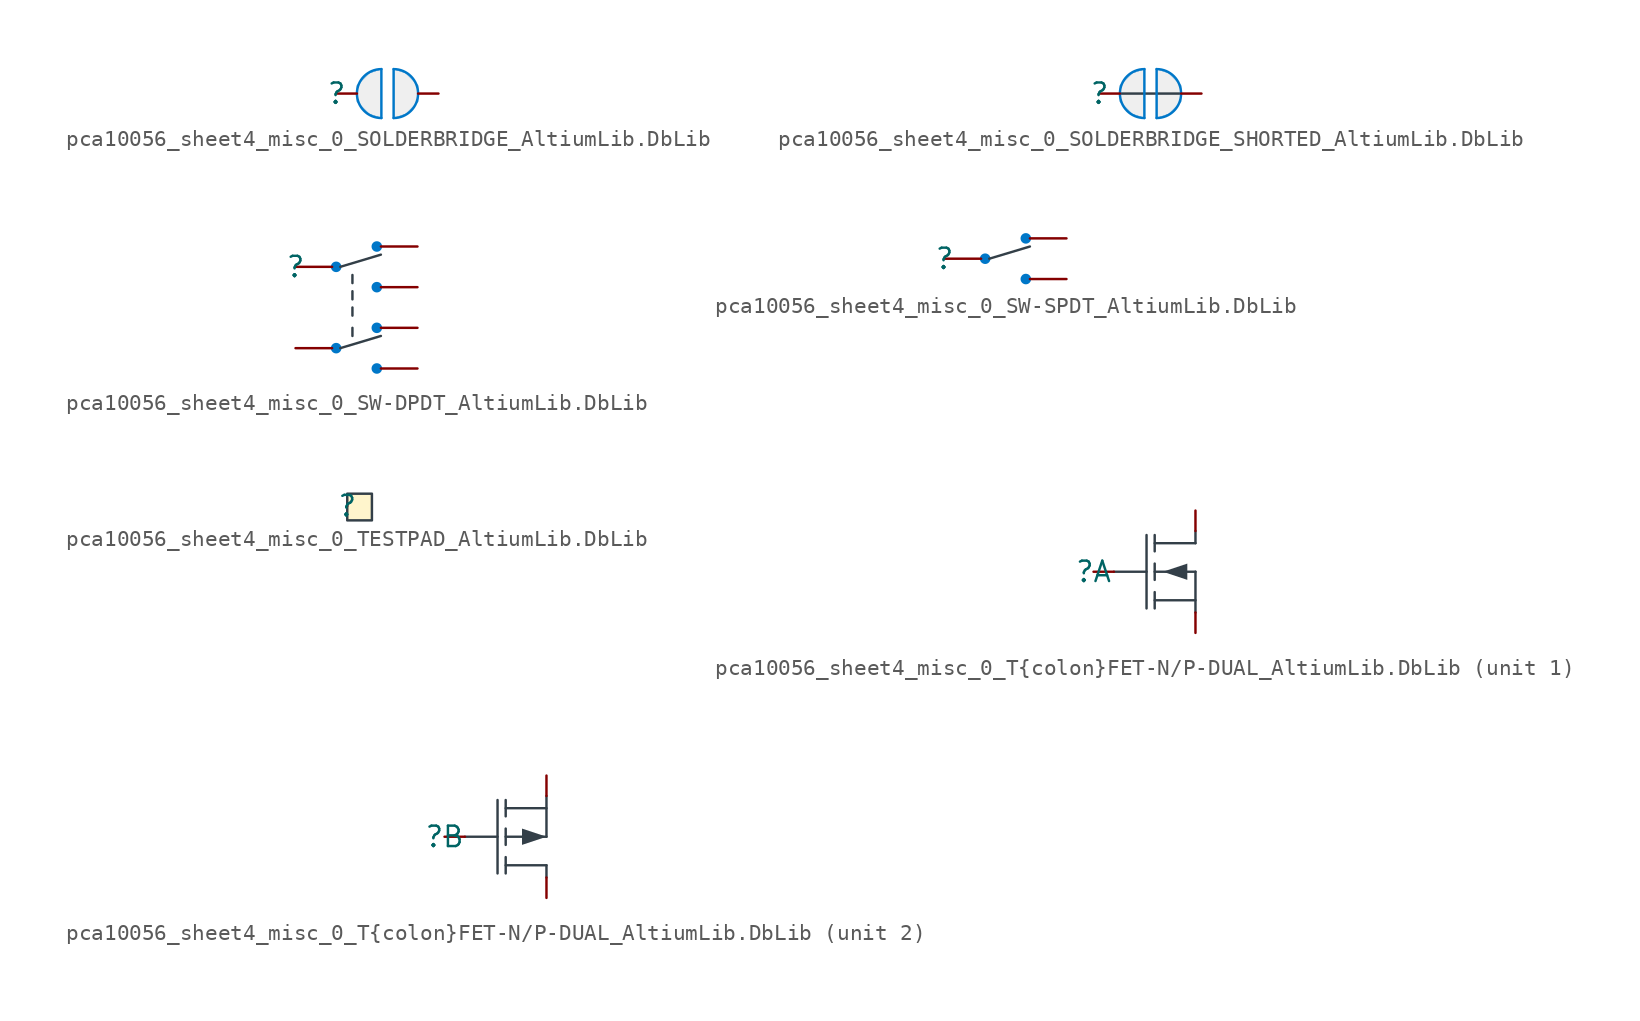
<source format=kicad_sym>
(kicad_symbol_lib
  (version 20241209)
  (generator "kicad_symbol_editor")
  (generator_version "9.0")
  (symbol "pca10056_sheet4_misc_0_SOLDERBRIDGE_AltiumLib.DbLib"
    (pin_numbers
      (hide yes))
    (pin_names
      (hide yes))
    (property "Reference" ""
      (at 0 0 0)
      (effects (font (size 1.27 1.27))))
    (property "Value" ""
      (at 0 0 0)
      (effects (font (size 1.27 1.27))))
    (symbol "pca10056_sheet4_misc_0_SOLDERBRIDGE_AltiumLib.DbLib_1_0"
      (arc (start 2.794 -1.524) (mid 1.27 0) (end 2.794 1.524) (stroke (width 0) (type solid) (color 0 119 200 1)) (fill (type none)))
      (polyline (pts (xy 2.794 -1.524) (xy 2.794 1.524)) (stroke (width 0) (type solid) (color 0 119 200 1)) (fill (type none)))
      (polyline (pts (xy 2.794 -1.524) (xy 2.032 -1.27) (xy 1.27 -0.508) (xy 1.27 0.508) (xy 2.032 1.27) (xy 2.794 1.524) (xy 2.794 -1.524)) (stroke (width 0.025) (type solid) (color 0 119 200 1)) (fill (type color) (color 239 239 239 1)))
      (polyline (pts (xy 3.556 1.524) (xy 3.556 -1.524)) (stroke (width 0) (type solid) (color 0 119 200 1)) (fill (type none)))
      (polyline (pts (xy 3.556 1.524) (xy 4.318 1.27) (xy 5.08 0.508) (xy 5.08 -0.508) (xy 4.318 -1.27) (xy 3.556 -1.524) (xy 3.556 1.524)) (stroke (width 0.025) (type solid) (color 0 119 200 1)) (fill (type color) (color 239 239 239 1)))
      (arc (start 3.556 1.524) (mid 5.08 0) (end 3.556 -1.524) (stroke (width 0) (type solid) (color 0 119 200 1)) (fill (type none)))
      (pin passive line (at 0 0 0) (length 1.27) (name "1" (effects (font (size 1.27 1.27)))) (number "2" (effects (font (size 1.27 1.27)))))
      (pin passive line (at 6.35 0 180) (length 1.27) (name "0" (effects (font (size 1.27 1.27)))) (number "1" (effects (font (size 1.27 1.27)))))))
  (symbol "pca10056_sheet4_misc_0_SOLDERBRIDGE_SHORTED_AltiumLib.DbLib"
    (pin_numbers
      (hide yes))
    (pin_names
      (hide yes))
    (property "Reference" ""
      (at 0 0 0)
      (effects (font (size 1.27 1.27))))
    (property "Value" ""
      (at 0 0 0)
      (effects (font (size 1.27 1.27))))
    (symbol "pca10056_sheet4_misc_0_SOLDERBRIDGE_SHORTED_AltiumLib.DbLib_1_0"
      (polyline (pts (xy 1.27 0) (xy 5.08 0)) (stroke (width 0) (type solid) (color 51 63 72 1)) (fill (type none)))
      (arc (start 2.794 -1.524) (mid 1.27 0) (end 2.794 1.524) (stroke (width 0) (type solid) (color 0 119 200 1)) (fill (type none)))
      (polyline (pts (xy 2.794 -1.524) (xy 2.794 1.524)) (stroke (width 0) (type solid) (color 0 119 200 1)) (fill (type none)))
      (polyline (pts (xy 2.794 -1.524) (xy 2.032 -1.27) (xy 1.27 -0.508) (xy 1.27 0.508) (xy 2.032 1.27) (xy 2.794 1.524) (xy 2.794 -1.524)) (stroke (width 0.025) (type solid) (color 0 119 200 1)) (fill (type color) (color 239 239 239 1)))
      (polyline (pts (xy 3.556 1.524) (xy 3.556 -1.524)) (stroke (width 0) (type solid) (color 0 119 200 1)) (fill (type none)))
      (polyline (pts (xy 3.556 1.524) (xy 4.318 1.27) (xy 5.08 0.508) (xy 5.08 -0.508) (xy 4.318 -1.27) (xy 3.556 -1.524) (xy 3.556 1.524)) (stroke (width 0.025) (type solid) (color 0 119 200 1)) (fill (type color) (color 239 239 239 1)))
      (arc (start 3.556 1.524) (mid 5.08 0) (end 3.556 -1.524) (stroke (width 0) (type solid) (color 0 119 200 1)) (fill (type none)))
      (pin passive line (at 0 0 0) (length 1.27) (name "1" (effects (font (size 1.27 1.27)))) (number "2" (effects (font (size 1.27 1.27)))))
      (pin passive line (at 6.35 0 180) (length 1.27) (name "0" (effects (font (size 1.27 1.27)))) (number "1" (effects (font (size 1.27 1.27)))))))
  (symbol "pca10056_sheet4_misc_0_SW-DPDT_AltiumLib.DbLib"
    (pin_numbers
      (hide yes))
    (pin_names
      (hide yes))
    (property "Reference" ""
      (at 0 0 0)
      (effects (font (size 1.27 1.27))))
    (property "Value" ""
      (at 0 0 0)
      (effects (font (size 1.27 1.27))))
    (symbol "pca10056_sheet4_misc_0_SW-DPDT_AltiumLib.DbLib_1_0"
      (circle (center 2.54 0) (radius 0.254) (stroke (width 0) (type solid) (color 0 119 200 1)) (fill (type outline)))
      (circle (center 2.54 -5.08) (radius 0.254) (stroke (width 0) (type solid) (color 0 119 200 1)) (fill (type outline)))
      (polyline (pts (xy 2.794 0) (xy 5.334 0.762)) (stroke (width 0) (type solid) (color 51 63 72 1)) (fill (type none)))
      (polyline (pts (xy 2.794 -5.08) (xy 5.334 -4.318)) (stroke (width 0) (type solid) (color 51 63 72 1)) (fill (type none)))
      (polyline (pts (xy 3.556 -0.508) (xy 3.556 -1.016)) (stroke (width 0) (type solid) (color 51 63 72 1)) (fill (type none)))
      (polyline (pts (xy 3.556 -1.524) (xy 3.556 -2.032)) (stroke (width 0) (type solid) (color 51 63 72 1)) (fill (type none)))
      (polyline (pts (xy 3.556 -2.54) (xy 3.556 -3.048)) (stroke (width 0) (type solid) (color 51 63 72 1)) (fill (type none)))
      (polyline (pts (xy 3.556 -3.81) (xy 3.556 -4.318)) (stroke (width 0) (type solid) (color 51 63 72 1)) (fill (type none)))
      (circle (center 5.08 1.27) (radius 0.254) (stroke (width 0) (type solid) (color 0 119 200 1)) (fill (type outline)))
      (circle (center 5.08 -1.27) (radius 0.254) (stroke (width 0) (type solid) (color 0 119 200 1)) (fill (type outline)))
      (circle (center 5.08 -3.81) (radius 0.254) (stroke (width 0) (type solid) (color 0 119 200 1)) (fill (type outline)))
      (circle (center 5.08 -6.35) (radius 0.254) (stroke (width 0) (type solid) (color 0 119 200 1)) (fill (type outline)))
      (pin passive line (at 0 0 0) (length 2.286) (name "COM-1" (effects (font (size 1.27 1.27)))) (number "2" (effects (font (size 1.27 1.27)))))
      (pin passive line (at 0 -5.08 0) (length 2.286) (name "COM-2" (effects (font (size 1.27 1.27)))) (number "5" (effects (font (size 1.27 1.27)))))
      (pin passive line (at 7.62 1.27 180) (length 2.286) (name "N.C-1" (effects (font (size 1.27 1.27)))) (number "3" (effects (font (size 1.27 1.27)))))
      (pin passive line (at 7.62 -1.27 180) (length 2.286) (name "N.O-1" (effects (font (size 1.27 1.27)))) (number "1" (effects (font (size 1.27 1.27)))))
      (pin passive line (at 7.62 -3.81 180) (length 2.286) (name "N.C-2" (effects (font (size 1.27 1.27)))) (number "6" (effects (font (size 1.27 1.27)))))
      (pin passive line (at 7.62 -6.35 180) (length 2.286) (name "N.O-2" (effects (font (size 1.27 1.27)))) (number "4" (effects (font (size 1.27 1.27)))))))
  (symbol "pca10056_sheet4_misc_0_SW-SPDT_AltiumLib.DbLib"
    (pin_numbers
      (hide yes))
    (pin_names
      (hide yes))
    (property "Reference" ""
      (at 0 0 0)
      (effects (font (size 1.27 1.27))))
    (property "Value" ""
      (at 0 0 0)
      (effects (font (size 1.27 1.27))))
    (symbol "pca10056_sheet4_misc_0_SW-SPDT_AltiumLib.DbLib_1_0"
      (circle (center 2.54 0) (radius 0.254) (stroke (width 0) (type solid) (color 0 119 200 1)) (fill (type outline)))
      (polyline (pts (xy 2.794 0) (xy 5.334 0.762)) (stroke (width 0) (type solid) (color 51 63 72 1)) (fill (type none)))
      (circle (center 5.08 1.27) (radius 0.254) (stroke (width 0) (type solid) (color 0 119 200 1)) (fill (type outline)))
      (circle (center 5.08 -1.27) (radius 0.254) (stroke (width 0) (type solid) (color 0 119 200 1)) (fill (type outline)))
      (pin passive line (at 0 0 0) (length 2.286) (name "COM" (effects (font (size 1.27 1.27)))) (number "2" (effects (font (size 1.27 1.27)))))
      (pin passive line (at 7.62 1.27 180) (length 2.286) (name "N.C" (effects (font (size 1.27 1.27)))) (number "1" (effects (font (size 1.27 1.27)))))
      (pin passive line (at 7.62 -1.27 180) (length 2.286) (name "N.O" (effects (font (size 1.27 1.27)))) (number "3" (effects (font (size 1.27 1.27)))))))
  (symbol "pca10056_sheet4_misc_0_TESTPAD_AltiumLib.DbLib"
    (pin_numbers
      (hide yes))
    (pin_names
      (hide yes))
    (property "Reference" ""
      (at 0 0 0)
      (effects (font (size 1.27 1.27))))
    (property "Value" ""
      (at 0 0 0)
      (effects (font (size 1.27 1.27))))
    (symbol "pca10056_sheet4_misc_0_TESTPAD_AltiumLib.DbLib_1_0"
      (rectangle (start 1.524 0.762) (end 0 -0.889) (stroke (width 0) (type solid) (color 51 63 72 1)) (fill (type color) (color 255 245 204 1)))
      (pin passive line (at 0 0 0) (length 0) (name "1" (effects (font (size 1.27 1.27)))) (number "1" (effects (font (size 1.27 1.27)))))))
  (symbol "pca10056_sheet4_misc_0_T{colon}FET-N/P-DUAL_AltiumLib.DbLib"
    (pin_numbers
      (hide yes))
    (pin_names
      (hide yes))
    (property "Reference" ""
      (at 0 0 0)
      (effects (font (size 1.27 1.27))))
    (property "Value" ""
      (at 0 0 0)
      (effects (font (size 1.27 1.27))))
    (symbol "pca10056_sheet4_misc_0_T{colon}FET-N/P-DUAL_AltiumLib.DbLib_1_0"
      (polyline (pts (xy 1.27 0) (xy 3.302 0)) (stroke (width 0) (type solid) (color 51 63 72 1)) (fill (type none)))
      (polyline (pts (xy 3.302 2.286) (xy 3.302 -2.286)) (stroke (width 0) (type solid) (color 51 63 72 1)) (fill (type none)))
      (polyline (pts (xy 3.81 1.27) (xy 3.81 2.286)) (stroke (width 0) (type solid) (color 51 63 72 1)) (fill (type none)))
      (polyline (pts (xy 3.81 -0.508) (xy 3.81 0.508)) (stroke (width 0) (type solid) (color 51 63 72 1)) (fill (type none)))
      (polyline (pts (xy 3.81 -2.286) (xy 3.81 -1.27)) (stroke (width 0) (type solid) (color 51 63 72 1)) (fill (type none)))
      (polyline (pts (xy 4.318 0) (xy 5.842 -0.508) (xy 5.842 0.508) (xy 4.318 0)) (stroke (width -0.0001) (type solid) (color 51 63 72 1)) (fill (type outline)))
      (polyline (pts (xy 6.35 1.778) (xy 3.81 1.778)) (stroke (width 0) (type solid) (color 51 63 72 1)) (fill (type none)))
      (polyline (pts (xy 6.35 1.778) (xy 6.35 2.54)) (stroke (width 0) (type solid) (color 51 63 72 1)) (fill (type none)))
      (polyline (pts (xy 6.35 0) (xy 3.81 0)) (stroke (width 0) (type solid) (color 51 63 72 1)) (fill (type none)))
      (polyline (pts (xy 6.35 0) (xy 6.35 -2.54)) (stroke (width 0) (type solid) (color 51 63 72 1)) (fill (type none)))
      (polyline (pts (xy 6.35 -1.778) (xy 3.81 -1.778)) (stroke (width 0) (type solid) (color 51 63 72 1)) (fill (type none)))
      (pin passive line (at 0 0 0) (length 1.27) (name "G1" (effects (font (size 1.27 1.27)))) (number "2" (effects (font (size 1.27 1.27)))))
      (pin passive line (at 6.35 3.81 270) (length 1.27) (name "D1" (effects (font (size 1.27 1.27)))) (number "6" (effects (font (size 1.27 1.27)))))
      (pin passive line (at 6.35 -3.81 90) (length 1.27) (name "S1" (effects (font (size 1.27 1.27)))) (number "1" (effects (font (size 1.27 1.27))))))
    (symbol "pca10056_sheet4_misc_0_T{colon}FET-N/P-DUAL_AltiumLib.DbLib_2_0"
      (polyline (pts (xy 1.27 0) (xy 3.302 0)) (stroke (width 0) (type solid) (color 51 63 72 1)) (fill (type none)))
      (polyline (pts (xy 3.302 2.286) (xy 3.302 -2.286)) (stroke (width 0) (type solid) (color 51 63 72 1)) (fill (type none)))
      (polyline (pts (xy 3.81 1.27) (xy 3.81 2.286)) (stroke (width 0) (type solid) (color 51 63 72 1)) (fill (type none)))
      (polyline (pts (xy 3.81 -0.508) (xy 3.81 0.508)) (stroke (width 0) (type solid) (color 51 63 72 1)) (fill (type none)))
      (polyline (pts (xy 3.81 -2.286) (xy 3.81 -1.27)) (stroke (width 0) (type solid) (color 51 63 72 1)) (fill (type none)))
      (polyline (pts (xy 6.35 2.54) (xy 6.35 0)) (stroke (width 0) (type solid) (color 51 63 72 1)) (fill (type none)))
      (polyline (pts (xy 6.35 1.778) (xy 3.81 1.778)) (stroke (width 0) (type solid) (color 51 63 72 1)) (fill (type none)))
      (polyline (pts (xy 6.35 0) (xy 3.81 0)) (stroke (width 0) (type solid) (color 51 63 72 1)) (fill (type none)))
      (polyline (pts (xy 6.35 0) (xy 4.826 0.508) (xy 4.826 -0.508) (xy 6.35 0)) (stroke (width -0.0001) (type solid) (color 51 63 72 1)) (fill (type outline)))
      (polyline (pts (xy 6.35 -1.778) (xy 3.81 -1.778)) (stroke (width 0) (type solid) (color 51 63 72 1)) (fill (type none)))
      (polyline (pts (xy 6.35 -1.778) (xy 6.35 -2.54)) (stroke (width 0) (type solid) (color 51 63 72 1)) (fill (type none)))
      (pin passive line (at 0 0 0) (length 1.27) (name "G2" (effects (font (size 1.27 1.27)))) (number "5" (effects (font (size 1.27 1.27)))))
      (pin passive line (at 6.35 3.81 270) (length 1.27) (name "S2" (effects (font (size 1.27 1.27)))) (number "4" (effects (font (size 1.27 1.27)))))
      (pin passive line (at 6.35 -3.81 90) (length 1.27) (name "D2" (effects (font (size 1.27 1.27)))) (number "3" (effects (font (size 1.27 1.27))))))))
</source>
